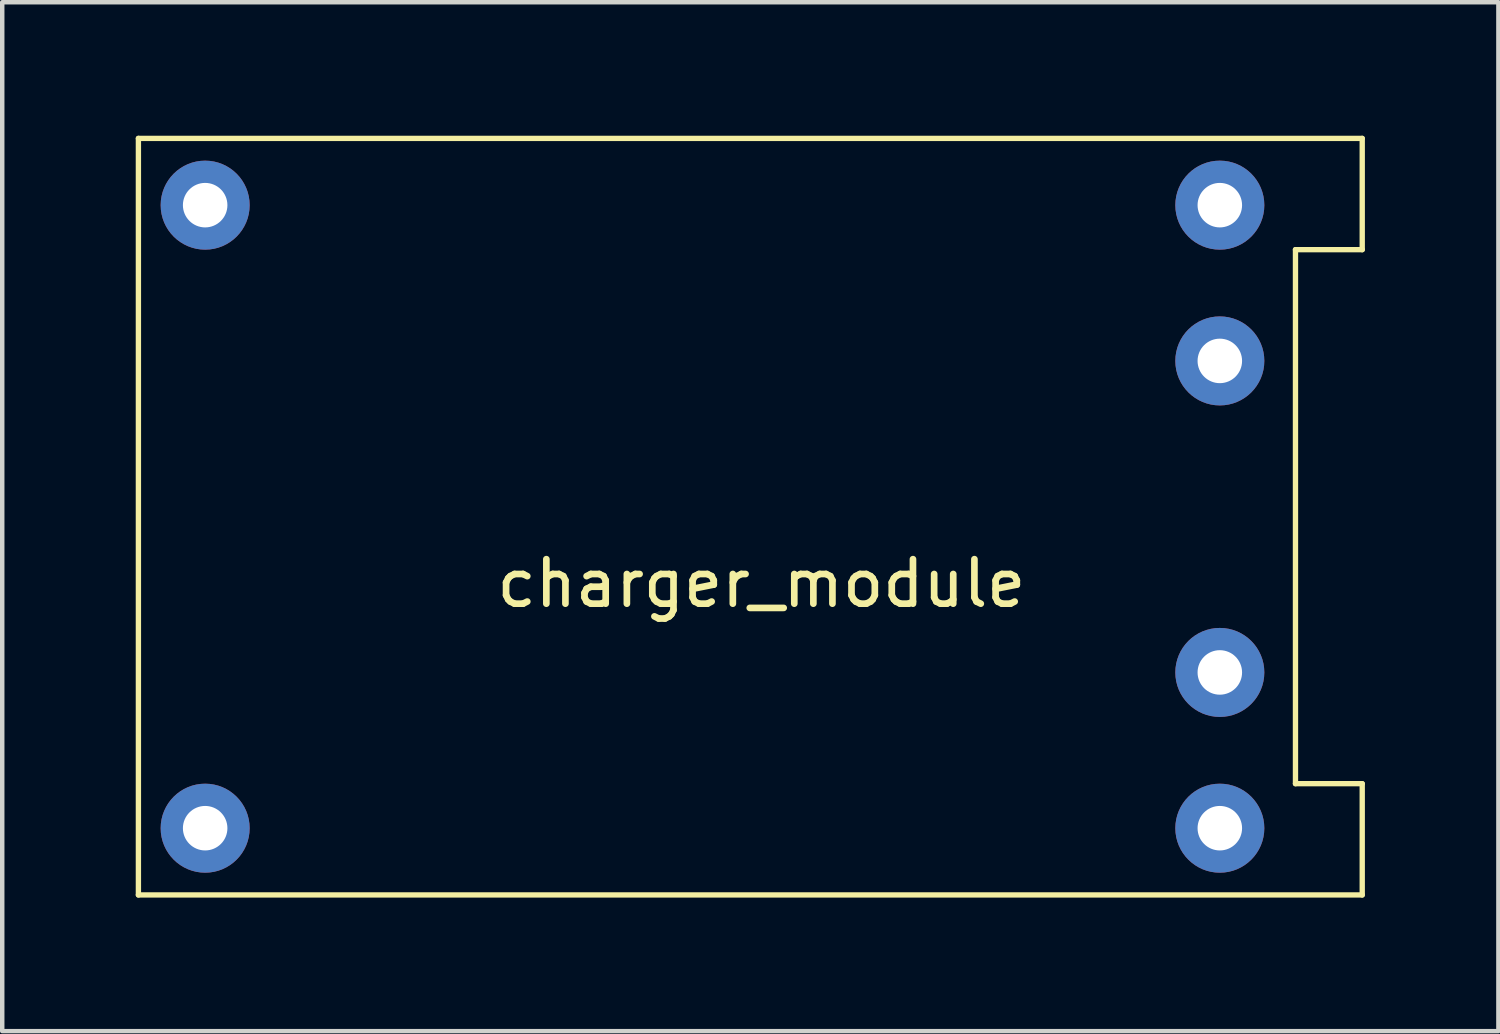
<source format=kicad_pcb>
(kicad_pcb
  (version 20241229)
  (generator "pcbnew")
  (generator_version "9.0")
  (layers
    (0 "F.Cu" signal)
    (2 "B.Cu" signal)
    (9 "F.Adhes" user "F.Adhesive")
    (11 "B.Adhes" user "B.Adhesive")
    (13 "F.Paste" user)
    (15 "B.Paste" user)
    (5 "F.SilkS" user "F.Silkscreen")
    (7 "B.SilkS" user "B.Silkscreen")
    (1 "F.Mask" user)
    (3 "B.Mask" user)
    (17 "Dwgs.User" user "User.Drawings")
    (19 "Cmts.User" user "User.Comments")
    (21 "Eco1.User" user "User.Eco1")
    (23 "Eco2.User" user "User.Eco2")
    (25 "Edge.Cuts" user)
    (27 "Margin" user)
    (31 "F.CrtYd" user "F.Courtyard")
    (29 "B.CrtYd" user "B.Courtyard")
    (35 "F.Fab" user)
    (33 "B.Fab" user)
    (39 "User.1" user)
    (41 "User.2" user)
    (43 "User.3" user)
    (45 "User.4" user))
  (footprint "charger_module"
    (layer "F.Cu")
    (at 1.56 15.56)
    (property "Reference" "charger_module" (at 12.5 -5.5 0) (layer "F.SilkS") (effects (font (size 1 1) (thickness 0.15))))
    (attr through_hole)
    (fp_line (start -1.5 -15.5) (end -1.5 1.5) (stroke (width 0.12) (type solid)) (layer "F.SilkS"))
    (fp_line (start -1.5 1.5) (end 26 1.5) (stroke (width 0.12) (type solid)) (layer "F.SilkS"))
    (fp_line (start 24.5 -13) (end 26 -13) (stroke (width 0.12) (type solid)) (layer "F.SilkS"))
    (fp_line (start 24.5 -1) (end 24.5 -13) (stroke (width 0.12) (type solid)) (layer "F.SilkS"))
    (fp_line (start 26 -15.5) (end -1.5 -15.5) (stroke (width 0.12) (type solid)) (layer "F.SilkS"))
    (fp_line (start 26 -13) (end 26 -15.5) (stroke (width 0.12) (type solid)) (layer "F.SilkS"))
    (fp_line (start 26 -1) (end 24.5 -1) (stroke (width 0.12) (type solid)) (layer "F.SilkS"))
    (fp_line (start 26 1.5) (end 26 -1) (stroke (width 0.12) (type solid)) (layer "F.SilkS"))
    (pad "1" thru_hole circle (at 0 -14) (size 2 2) (drill 1) (layers "*.Cu" "*.Mask"))
    (pad "2" thru_hole circle (at 0 0) (size 2 2) (drill 1) (layers "*.Cu" "*.Mask"))
    (pad "3" thru_hole circle (at 22.8 -14) (size 2 2) (drill 1) (layers "*.Cu" "*.Mask"))
    (pad "4" thru_hole circle (at 22.8 -10.5) (size 2 2) (drill 1) (layers "*.Cu" "*.Mask"))
    (pad "5" thru_hole circle (at 22.8 -3.5) (size 2 2) (drill 1) (layers "*.Cu" "*.Mask"))
    (pad "6" thru_hole circle (at 22.8 0) (size 2 2) (drill 1) (layers "*.Cu" "*.Mask")))
  (gr_rect
    (start -3 -3)
    (end 30.62 20.12)
    (stroke (width 0.1) (type default))
    (fill no)
    (layer "Edge.Cuts")))
</source>
